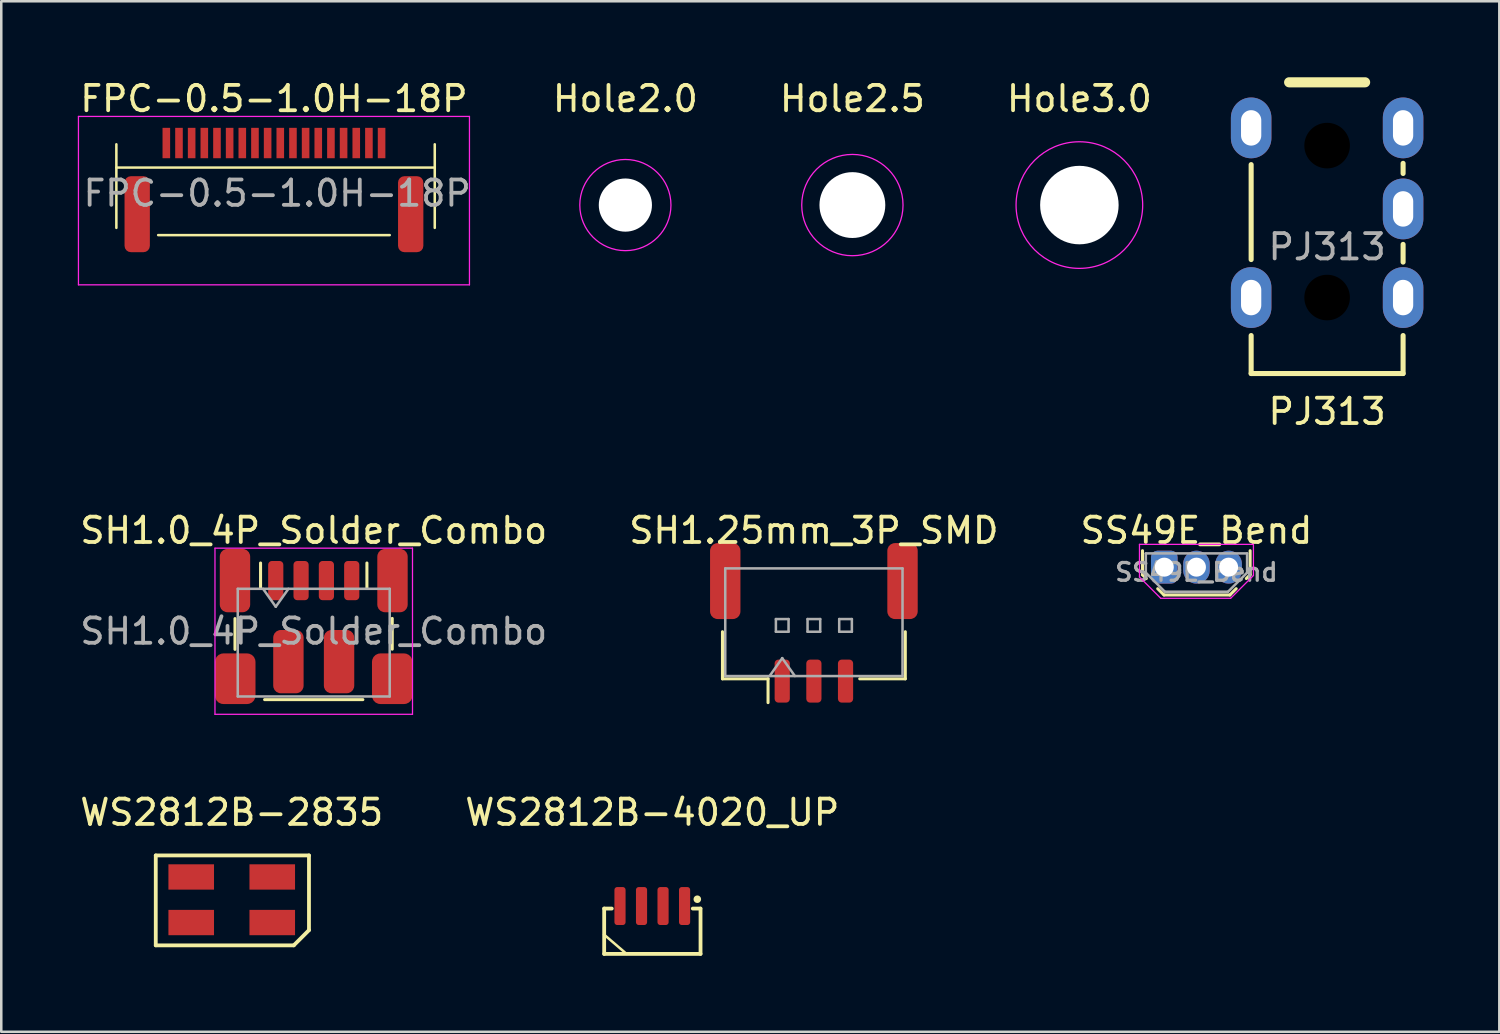
<source format=kicad_pcb>
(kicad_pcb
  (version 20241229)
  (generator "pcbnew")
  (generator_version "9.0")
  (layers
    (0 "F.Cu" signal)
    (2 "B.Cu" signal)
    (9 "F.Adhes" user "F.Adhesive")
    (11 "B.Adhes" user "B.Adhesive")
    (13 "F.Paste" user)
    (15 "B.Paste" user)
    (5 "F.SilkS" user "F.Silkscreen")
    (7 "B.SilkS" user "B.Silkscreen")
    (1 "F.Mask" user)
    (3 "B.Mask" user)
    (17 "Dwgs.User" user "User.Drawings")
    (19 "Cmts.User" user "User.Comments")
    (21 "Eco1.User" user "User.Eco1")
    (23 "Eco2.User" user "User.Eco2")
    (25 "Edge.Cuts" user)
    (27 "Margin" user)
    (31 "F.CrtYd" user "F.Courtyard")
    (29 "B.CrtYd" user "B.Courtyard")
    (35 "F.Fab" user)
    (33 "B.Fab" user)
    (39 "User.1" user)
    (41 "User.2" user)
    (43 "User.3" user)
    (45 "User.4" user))
  (footprint "SH1.25mm_3P_SMD"
    (layer "F.Cu")
    (at 29.089 21.896)
    (property "Reference" "SH1.25mm_3P_SMD" (at 0 -4 0) (layer "F.SilkS") (effects (font (size 1 1) (thickness 0.15))))
    (attr smd)
    (fp_line (start -3.61 0) (end -3.61 1.86) (stroke (width 0.12) (type solid)) (layer "F.SilkS"))
    (fp_line (start -3.61 1.86) (end -1.81 1.86) (stroke (width 0.12) (type solid)) (layer "F.SilkS"))
    (fp_line (start -1.81 1.86) (end -1.81 2.8) (stroke (width 0.12) (type solid)) (layer "F.SilkS"))
    (fp_line (start 3.61 0) (end 3.61 1.86) (stroke (width 0.12) (type solid)) (layer "F.SilkS"))
    (fp_line (start 3.61 1.86) (end 1.81 1.86) (stroke (width 0.12) (type solid)) (layer "F.SilkS"))
    (fp_line (start -3.5 -2.5) (end 3.5 -2.5) (stroke (width 0.1) (type solid)) (layer "F.Fab"))
    (fp_line (start -3.5 1.75) (end -3.5 -2.5) (stroke (width 0.1) (type solid)) (layer "F.Fab"))
    (fp_line (start -3.5 1.75) (end 3.5 1.75) (stroke (width 0.1) (type solid)) (layer "F.Fab"))
    (fp_line (start -1.75 1.75) (end -1.25 1.043) (stroke (width 0.1) (type solid)) (layer "F.Fab"))
    (fp_line (start -1.5 -0.5) (end -1.5 0) (stroke (width 0.1) (type solid)) (layer "F.Fab"))
    (fp_line (start -1.5 0) (end -1 0) (stroke (width 0.1) (type solid)) (layer "F.Fab"))
    (fp_line (start -1.25 1.043) (end -0.75 1.75) (stroke (width 0.1) (type solid)) (layer "F.Fab"))
    (fp_line (start -1 -0.5) (end -1.5 -0.5) (stroke (width 0.1) (type solid)) (layer "F.Fab"))
    (fp_line (start -1 0) (end -1 -0.5) (stroke (width 0.1) (type solid)) (layer "F.Fab"))
    (fp_line (start -0.25 -0.5) (end -0.25 0) (stroke (width 0.1) (type solid)) (layer "F.Fab"))
    (fp_line (start -0.25 0) (end 0.25 0) (stroke (width 0.1) (type solid)) (layer "F.Fab"))
    (fp_line (start 0.25 -0.5) (end -0.25 -0.5) (stroke (width 0.1) (type solid)) (layer "F.Fab"))
    (fp_line (start 0.25 0) (end 0.25 -0.5) (stroke (width 0.1) (type solid)) (layer "F.Fab"))
    (fp_line (start 1 -0.5) (end 1 0) (stroke (width 0.1) (type solid)) (layer "F.Fab"))
    (fp_line (start 1 0) (end 1.5 0) (stroke (width 0.1) (type solid)) (layer "F.Fab"))
    (fp_line (start 1.5 -0.5) (end 1 -0.5) (stroke (width 0.1) (type solid)) (layer "F.Fab"))
    (fp_line (start 1.5 0) (end 1.5 -0.5) (stroke (width 0.1) (type solid)) (layer "F.Fab"))
    (fp_line (start 3.5 1.75) (end 3.5 -2.5) (stroke (width 0.1) (type solid)) (layer "F.Fab"))
    (pad "" smd roundrect (at -3.5 -2) (size 1.2 3) (layers "F.Cu" "F.Mask" "F.Paste") (roundrect_rratio 0.25))
    (pad "" smd roundrect (at 3.5 -2) (size 1.2 3) (layers "F.Cu" "F.Mask" "F.Paste") (roundrect_rratio 0.25))
    (pad "1" smd roundrect (at -1.25 1.95) (size 0.6 1.7) (layers "F.Cu" "F.Mask" "F.Paste") (roundrect_rratio 0.25))
    (pad "2" smd roundrect (at 0 1.95) (size 0.6 1.7) (layers "F.Cu" "F.Mask" "F.Paste") (roundrect_rratio 0.25))
    (pad "3" smd roundrect (at 1.25 1.95) (size 0.6 1.7) (layers "F.Cu" "F.Mask" "F.Paste") (roundrect_rratio 0.25)))
  (footprint "Hole2.0"
    (layer "F.Cu")
    (at 21.645 5.048)
    (property "Reference" "Hole2.0" (at 0 -4.2 0) (layer "F.SilkS") (effects (font (size 1 1) (thickness 0.15))))
    (attr exclude_from_pos_files exclude_from_bom)
    (fp_circle (center 0 0) (end 1.8 0) (stroke (width 0.05) (type solid)) (fill no) (layer "F.CrtYd"))
    (pad "" np_thru_hole circle (at 0 0) (size 2.1 2.1) (drill 2.1) (layers "*.Cu" "*.Mask")))
  (footprint "FPC-0.5-1.0H-18P"
    (layer "F.Cu")
    (at 7.768 3.948)
    (property "Reference" "FPC-0.5-1.0H-18P" (at 0 -3.1 0) (layer "F.SilkS") (effects (font (size 1 1) (thickness 0.15))))
    (attr smd)
    (fp_line (start -6.223 -1.3) (end -6.223 2) (stroke (width 0.1) (type default)) (layer "F.SilkS"))
    (fp_line (start -6.223 -0.381) (end 6.35 -0.381) (stroke (width 0.1) (type default)) (layer "F.SilkS"))
    (fp_line (start -4.572 2.286) (end 4.572 2.286) (stroke (width 0.1) (type default)) (layer "F.SilkS"))
    (fp_line (start 6.35 -1.3) (end 6.35 2) (stroke (width 0.1) (type default)) (layer "F.SilkS"))
    (fp_line (start -7.72 -2.4) (end -7.72 4.25) (stroke (width 0.05) (type solid)) (layer "F.CrtYd"))
    (fp_line (start -7.72 4.25) (end 7.72 4.25) (stroke (width 0.05) (type solid)) (layer "F.CrtYd"))
    (fp_line (start 7.72 -2.4) (end -7.72 -2.4) (stroke (width 0.05) (type solid)) (layer "F.CrtYd"))
    (fp_line (start 7.72 4.25) (end 7.72 -2.4) (stroke (width 0.05) (type solid)) (layer "F.CrtYd"))
    (fp_text user "${REFERENCE}" (at 0.127 0.635 0) (layer "F.Fab") (effects (font (size 1 1) (thickness 0.15))))
    (pad "" smd roundrect (at -5.4 1.46) (size 1 3) (layers "F.Cu" "F.Mask" "F.Paste") (roundrect_rratio 0.25))
    (pad "" smd roundrect (at 5.4 1.46) (size 1 3) (layers "F.Cu" "F.Mask" "F.Paste") (roundrect_rratio 0.25))
    (pad "1" smd rect (at 4.25 -1.35 180) (size 0.3 1.2) (layers "F.Cu" "F.Mask" "F.Paste"))
    (pad "2" smd rect (at 3.75 -1.35 180) (size 0.3 1.2) (layers "F.Cu" "F.Mask" "F.Paste"))
    (pad "3" smd rect (at 3.25 -1.35 180) (size 0.3 1.2) (layers "F.Cu" "F.Mask" "F.Paste"))
    (pad "4" smd rect (at 2.75 -1.35 180) (size 0.3 1.2) (layers "F.Cu" "F.Mask" "F.Paste"))
    (pad "5" smd rect (at 2.25 -1.35 180) (size 0.3 1.2) (layers "F.Cu" "F.Mask" "F.Paste"))
    (pad "6" smd rect (at 1.75 -1.35 180) (size 0.3 1.2) (layers "F.Cu" "F.Mask" "F.Paste"))
    (pad "7" smd rect (at 1.25 -1.35 180) (size 0.3 1.2) (layers "F.Cu" "F.Mask" "F.Paste"))
    (pad "8" smd rect (at 0.75 -1.35 180) (size 0.3 1.2) (layers "F.Cu" "F.Mask" "F.Paste"))
    (pad "9" smd rect (at 0.25 -1.35 180) (size 0.3 1.2) (layers "F.Cu" "F.Mask" "F.Paste"))
    (pad "10" smd rect (at -0.25 -1.35 180) (size 0.3 1.2) (layers "F.Cu" "F.Mask" "F.Paste"))
    (pad "11" smd rect (at -0.75 -1.35 180) (size 0.3 1.2) (layers "F.Cu" "F.Mask" "F.Paste"))
    (pad "12" smd rect (at -1.25 -1.35 180) (size 0.3 1.2) (layers "F.Cu" "F.Mask" "F.Paste"))
    (pad "13" smd rect (at -1.75 -1.35 180) (size 0.3 1.2) (layers "F.Cu" "F.Mask" "F.Paste"))
    (pad "14" smd rect (at -2.25 -1.35 180) (size 0.3 1.2) (layers "F.Cu" "F.Mask" "F.Paste"))
    (pad "15" smd rect (at -2.75 -1.35 180) (size 0.3 1.2) (layers "F.Cu" "F.Mask" "F.Paste"))
    (pad "16" smd rect (at -3.25 -1.35 180) (size 0.3 1.2) (layers "F.Cu" "F.Mask" "F.Paste"))
    (pad "17" smd rect (at -3.75 -1.35 180) (size 0.3 1.2) (layers "F.Cu" "F.Mask" "F.Paste"))
    (pad "18" smd rect (at -4.25 -1.35 180) (size 0.3 1.2) (layers "F.Cu" "F.Mask" "F.Paste")))
  (footprint "WS2812B-2835"
    (layer "F.Cu")
    (at 6.101 32.48)
    (property "Reference" "WS2812B-2835" (at 0 -3.45 0) (layer "F.SilkS") (effects (font (size 1 1) (thickness 0.15))))
    (attr smd)
    (fp_line (start -3 -1.75) (end -3 1.8) (stroke (width 0.15) (type solid)) (layer "F.SilkS"))
    (fp_line (start -3 -1.75) (end 3.05 -1.75) (stroke (width 0.15) (type solid)) (layer "F.SilkS"))
    (fp_line (start -3 1.8) (end 2.45 1.8) (stroke (width 0.15) (type solid)) (layer "F.SilkS"))
    (fp_line (start 2.45 1.8) (end 3.05 1.2) (stroke (width 0.15) (type solid)) (layer "F.SilkS"))
    (fp_line (start 3.05 -1.75) (end 3.05 1.2) (stroke (width 0.15) (type solid)) (layer "F.SilkS"))
    (pad "G" smd rect (at 1.6 0.9) (size 1.8 1) (layers "F.Cu" "F.Mask" "F.Paste"))
    (pad "I" smd rect (at 1.6 -0.9) (size 1.8 1) (layers "F.Cu" "F.Mask" "F.Paste"))
    (pad "O" smd rect (at -1.6 0.9) (size 1.8 1) (layers "F.Cu" "F.Mask" "F.Paste"))
    (pad "V" smd rect (at -1.6 -0.9) (size 1.8 1) (layers "F.Cu" "F.Mask" "F.Paste")))
  (footprint "Hole3.0"
    (layer "F.Cu")
    (at 39.573 5.048)
    (property "Reference" "Hole3.0" (at 0 -4.2 0) (layer "F.SilkS") (effects (font (size 1 1) (thickness 0.15))))
    (attr exclude_from_pos_files exclude_from_bom)
    (fp_circle (center 0 0) (end 2.5 0) (stroke (width 0.05) (type solid)) (fill no) (layer "F.CrtYd"))
    (pad "" np_thru_hole circle (at 0 0) (size 3.1 3.1) (drill 3.1) (layers "*.Cu" "*.Mask")))
  (footprint "PJ313"
    (layer "F.Cu")
    (at 49.356 8.7)
    (property "Reference" "PJ313" (at 0 4.5 0) (layer "F.SilkS") (effects (font (size 1 1) (thickness 0.15))))
    (attr through_hole)
    (fp_line (start -3 -5.25) (end -3 -1.5) (stroke (width 0.2) (type default)) (layer "F.SilkS"))
    (fp_line (start -3 3) (end -3 1.5) (stroke (width 0.2) (type default)) (layer "F.SilkS"))
    (fp_line (start -3 3) (end 3 3) (stroke (width 0.2) (type default)) (layer "F.SilkS"))
    (fp_line (start -1.5 -8.5) (end 1.5 -8.5) (stroke (width 0.4) (type default)) (layer "F.SilkS"))
    (fp_line (start 3 -5.3) (end 3 -4.9) (stroke (width 0.2) (type default)) (layer "F.SilkS"))
    (fp_line (start 3 -2.1) (end 3 -1.4) (stroke (width 0.2) (type default)) (layer "F.SilkS"))
    (fp_line (start 3 3) (end 3 1.5) (stroke (width 0.2) (type default)) (layer "F.SilkS"))
    (fp_text user "${REFERENCE}" (at 0 -2 0) (layer "F.Fab") (effects (font (size 1 1) (thickness 0.15))))
    (pad "" np_thru_hole circle (at 0 -6 270) (size 1.8 1.8) (drill 1.8) (layers "*.Mask"))
    (pad "" np_thru_hole circle (at 0 0 270) (size 1.8 1.8) (drill 1.8) (layers "*.Mask"))
    (pad "1" thru_hole oval (at -3 -6.7 270) (size 2.4 1.6) (drill oval 1.4 0.8) (layers "*.Cu" "*.Mask"))
    (pad "1" thru_hole oval (at 3 -6.7 270) (size 2.4 1.6) (drill oval 1.4 0.8) (layers "*.Cu" "*.Mask"))
    (pad "2" thru_hole oval (at 3 -3.5 270) (size 2.4 1.6) (drill oval 1.4 0.8) (layers "*.Cu" "*.Mask"))
    (pad "3" thru_hole oval (at -3 0 270) (size 2.4 1.6) (drill oval 1.4 0.8) (layers "*.Cu" "*.Mask"))
    (pad "3" thru_hole oval (at 3 0 270) (size 2.4 1.6) (drill oval 1.4 0.8) (layers "*.Cu" "*.Mask")))
  (footprint "Hole2.5"
    (layer "F.Cu")
    (at 30.609 5.048)
    (property "Reference" "Hole2.5" (at 0 -4.2 0) (layer "F.SilkS") (effects (font (size 1 1) (thickness 0.15))))
    (attr exclude_from_pos_files exclude_from_bom)
    (fp_circle (center 0 0) (end 2 0) (stroke (width 0.05) (type solid)) (fill no) (layer "F.CrtYd"))
    (pad "" np_thru_hole circle (at 0 0) (size 2.6 2.6) (drill 2.6) (layers "*.Cu" "*.Mask")))
  (footprint "WS2812B-4020_UP"
    (layer "F.Cu")
    (at 22.708 32.078)
    (property "Reference" "WS2812B-4020_UP" (at 0 -3.048 0) (unlocked yes) (layer "F.SilkS") (effects (font (size 1 1) (thickness 0.15))))
    (attr smd)
    (fp_line (start -1.905 1.778) (end -1.016 2.54) (stroke (width 0.1) (type default)) (layer "F.SilkS"))
    (fp_line (start -1.9 0.75) (end -1.9 2.54) (stroke (width 0.15) (type solid)) (layer "F.SilkS"))
    (fp_line (start -1.9 0.75) (end -1.6 0.75) (stroke (width 0.15) (type solid)) (layer "F.SilkS"))
    (fp_line (start 1.9 0.75) (end 1.6 0.75) (stroke (width 0.15) (type solid)) (layer "F.SilkS"))
    (fp_line (start 1.905 2.54) (end -1.9 2.54) (stroke (width 0.15) (type solid)) (layer "F.SilkS"))
    (fp_line (start 1.905 2.54) (end 1.905 0.75) (stroke (width 0.15) (type solid)) (layer "F.SilkS"))
    (fp_circle (center 1.778 0.381) (end 1.853 0.381) (stroke (width 0.15) (type solid)) (fill no) (layer "F.SilkS"))
    (pad "G" smd roundrect (at -1.275 0.65) (size 0.44 1.5) (layers "F.Cu" "F.Mask" "F.Paste") (roundrect_rratio 0.25))
    (pad "I" smd roundrect (at 1.275 0.65) (size 0.44 1.5) (layers "F.Cu" "F.Mask" "F.Paste") (roundrect_rratio 0.25))
    (pad "O" smd roundrect (at -0.425 0.65) (size 0.44 1.5) (layers "F.Cu" "F.Mask" "F.Paste") (roundrect_rratio 0.25))
    (pad "V" smd roundrect (at 0.425 0.65) (size 0.44 1.5) (layers "F.Cu" "F.Mask" "F.Paste") (roundrect_rratio 0.25)))
  (footprint "SS49E_Bend"
    (layer "F.Cu")
    (at 42.926 19.346)
    (property "Reference" "SS49E_Bend" (at 1.27 -1.45 0) (layer "F.SilkS") (effects (font (size 1 1) (thickness 0.15))))
    (attr through_hole)
    (fp_line (start -0.86 0.3) (end -0.86 -0.65) (stroke (width 0.12) (type solid)) (layer "F.SilkS"))
    (fp_line (start -0.71 0.45) (end -0.86 0.3) (stroke (width 0.12) (type solid)) (layer "F.SilkS"))
    (fp_line (start -0.01 1.1) (end -0.26 0.85) (stroke (width 0.12) (type solid)) (layer "F.SilkS"))
    (fp_line (start -0.01 1.1) (end 2.59 1.1) (stroke (width 0.12) (type solid)) (layer "F.SilkS"))
    (fp_line (start 2.59 1.1) (end 2.84 0.85) (stroke (width 0.12) (type solid)) (layer "F.SilkS"))
    (fp_line (start 3.24 0.45) (end 3.39 0.3) (stroke (width 0.12) (type solid)) (layer "F.SilkS"))
    (fp_line (start 3.39 -0.65) (end 3.39 0.3) (stroke (width 0.12) (type solid)) (layer "F.SilkS"))
    (fp_line (start -0.98 -0.9) (end 3.52 -0.9) (stroke (width 0.05) (type solid)) (layer "F.CrtYd"))
    (fp_line (start -0.98 0.39) (end -0.98 -0.9) (stroke (width 0.05) (type solid)) (layer "F.CrtYd"))
    (fp_line (start -0.14 1.23) (end -0.98 0.39) (stroke (width 0.05) (type solid)) (layer "F.CrtYd"))
    (fp_line (start 2.62 1.23) (end -0.14 1.23) (stroke (width 0.05) (type solid)) (layer "F.CrtYd"))
    (fp_line (start 3.52 -0.9) (end 3.52 0.33) (stroke (width 0.05) (type solid)) (layer "F.CrtYd"))
    (fp_line (start 3.52 0.33) (end 2.62 1.23) (stroke (width 0.05) (type solid)) (layer "F.CrtYd"))
    (fp_line (start -0.73 -0.542) (end -0.73 0.217) (stroke (width 0.1) (type solid)) (layer "F.Fab"))
    (fp_line (start 0.03 0.978) (end -0.73 0.217) (stroke (width 0.1) (type solid)) (layer "F.Fab"))
    (fp_line (start 2.51 0.978) (end 0.03 0.978) (stroke (width 0.1) (type solid)) (layer "F.Fab"))
    (fp_line (start 2.51 0.978) (end 0.03 0.978) (stroke (width 0.1) (type solid)) (layer "F.Fab"))
    (fp_line (start 3.27 -0.542) (end -0.73 -0.542) (stroke (width 0.1) (type solid)) (layer "F.Fab"))
    (fp_line (start 3.27 -0.542) (end 3.27 0.217) (stroke (width 0.1) (type solid)) (layer "F.Fab"))
    (fp_line (start 3.27 0.217) (end 2.51 0.978) (stroke (width 0.1) (type solid)) (layer "F.Fab"))
    (fp_text user "${REFERENCE}" (at 1.27 0.2 0) (layer "F.Fab") (effects (font (size 0.7 0.7) (thickness 0.13))))
    (pad "1" thru_hole roundrect (at 0 0) (size 1.05 1.3) (drill 0.75) (layers "*.Cu" "*.Mask") (roundrect_rratio 0.238))
    (pad "2" thru_hole oval (at 1.27 0) (size 1.05 1.3) (drill 0.75) (layers "*.Cu" "*.Mask"))
    (pad "3" thru_hole oval (at 2.54 0) (size 1.05 1.3) (drill 0.75) (layers "*.Cu" "*.Mask")))
  (footprint "SH1.0_4P_Solder_Combo"
    (layer "F.Cu")
    (at 9.339 21.877)
    (property "Reference" "SH1.0_4P_Solder_Combo" (at 0 -3.98 0) (layer "F.SilkS") (effects (font (size 1 1) (thickness 0.15))))
    (attr smd)
    (fp_line (start -3.11 0.715) (end -3.11 -0.5) (stroke (width 0.12) (type solid)) (layer "F.SilkS"))
    (fp_line (start -2.1 -1.705) (end -2.1 -2.695) (stroke (width 0.12) (type solid)) (layer "F.SilkS"))
    (fp_line (start -1.94 2.7) (end 1.94 2.7) (stroke (width 0.12) (type solid)) (layer "F.SilkS"))
    (fp_line (start 2.1 -1.705) (end 2.1 -2.695) (stroke (width 0.12) (type solid)) (layer "F.SilkS"))
    (fp_line (start 3.1 0.708) (end 3.1 -0.507) (stroke (width 0.12) (type solid)) (layer "F.SilkS"))
    (fp_line (start -3.9 -3.28) (end -3.9 3.28) (stroke (width 0.05) (type solid)) (layer "F.CrtYd"))
    (fp_line (start -3.9 3.28) (end 3.9 3.28) (stroke (width 0.05) (type solid)) (layer "F.CrtYd"))
    (fp_line (start 3.9 -3.28) (end -3.9 -3.28) (stroke (width 0.05) (type solid)) (layer "F.CrtYd"))
    (fp_line (start 3.9 3.28) (end 3.9 -3.28) (stroke (width 0.05) (type solid)) (layer "F.CrtYd"))
    (fp_line (start -3 -1.675) (end -3 2.575) (stroke (width 0.1) (type solid)) (layer "F.Fab"))
    (fp_line (start -3 -1.675) (end 3 -1.675) (stroke (width 0.1) (type solid)) (layer "F.Fab"))
    (fp_line (start -3 2.575) (end 3 2.575) (stroke (width 0.1) (type solid)) (layer "F.Fab"))
    (fp_line (start -2 -1.675) (end -1.5 -0.968) (stroke (width 0.1) (type solid)) (layer "F.Fab"))
    (fp_line (start -1.5 -0.968) (end -1 -1.675) (stroke (width 0.1) (type solid)) (layer "F.Fab"))
    (fp_line (start 3 -1.675) (end 3 2.575) (stroke (width 0.1) (type solid)) (layer "F.Fab"))
    (fp_text user "${REFERENCE}" (at 0 0 0) (layer "F.Fab") (effects (font (size 1 1) (thickness 0.15))))
    (pad "1" smd roundrect (at -3.11 -2) (size 1.2 2.5) (layers "F.Cu" "F.Mask" "F.Paste") (roundrect_rratio 0.25))
    (pad "1" smd roundrect (at -1.5 -2) (size 0.6 1.55) (layers "F.Cu" "F.Mask" "F.Paste") (roundrect_rratio 0.25))
    (pad "2" smd roundrect (at -1 1.2) (size 1.2 2.5) (layers "F.Cu" "F.Mask" "F.Paste") (roundrect_rratio 0.25))
    (pad "2" smd roundrect (at -0.5 -2) (size 0.6 1.55) (layers "F.Cu" "F.Mask" "F.Paste") (roundrect_rratio 0.25))
    (pad "3" smd roundrect (at 0.5 -2) (size 0.6 1.55) (layers "F.Cu" "F.Mask" "F.Paste") (roundrect_rratio 0.25))
    (pad "3" smd roundrect (at 1 1.2) (size 1.2 2.5) (layers "F.Cu" "F.Mask" "F.Paste") (roundrect_rratio 0.25))
    (pad "4" smd roundrect (at 1.5 -2) (size 0.6 1.55) (layers "F.Cu" "F.Mask" "F.Paste") (roundrect_rratio 0.25))
    (pad "4" smd roundrect (at 3.11 -2) (size 1.2 2.5) (layers "F.Cu" "F.Mask" "F.Paste") (roundrect_rratio 0.25))
    (pad "MP" smd roundrect (at -3.1 1.875) (size 1.6 2) (layers "F.Cu" "F.Mask" "F.Paste") (roundrect_rratio 0.208))
    (pad "MP" smd roundrect (at 3.1 1.875) (size 1.6 2) (layers "F.Cu" "F.Mask" "F.Paste") (roundrect_rratio 0.208)))
  (gr_rect
    (start -3 -3)
    (end 56.156 37.693)
    (stroke (width 0.1) (type default))
    (fill no)
    (layer "Edge.Cuts")))
</source>
